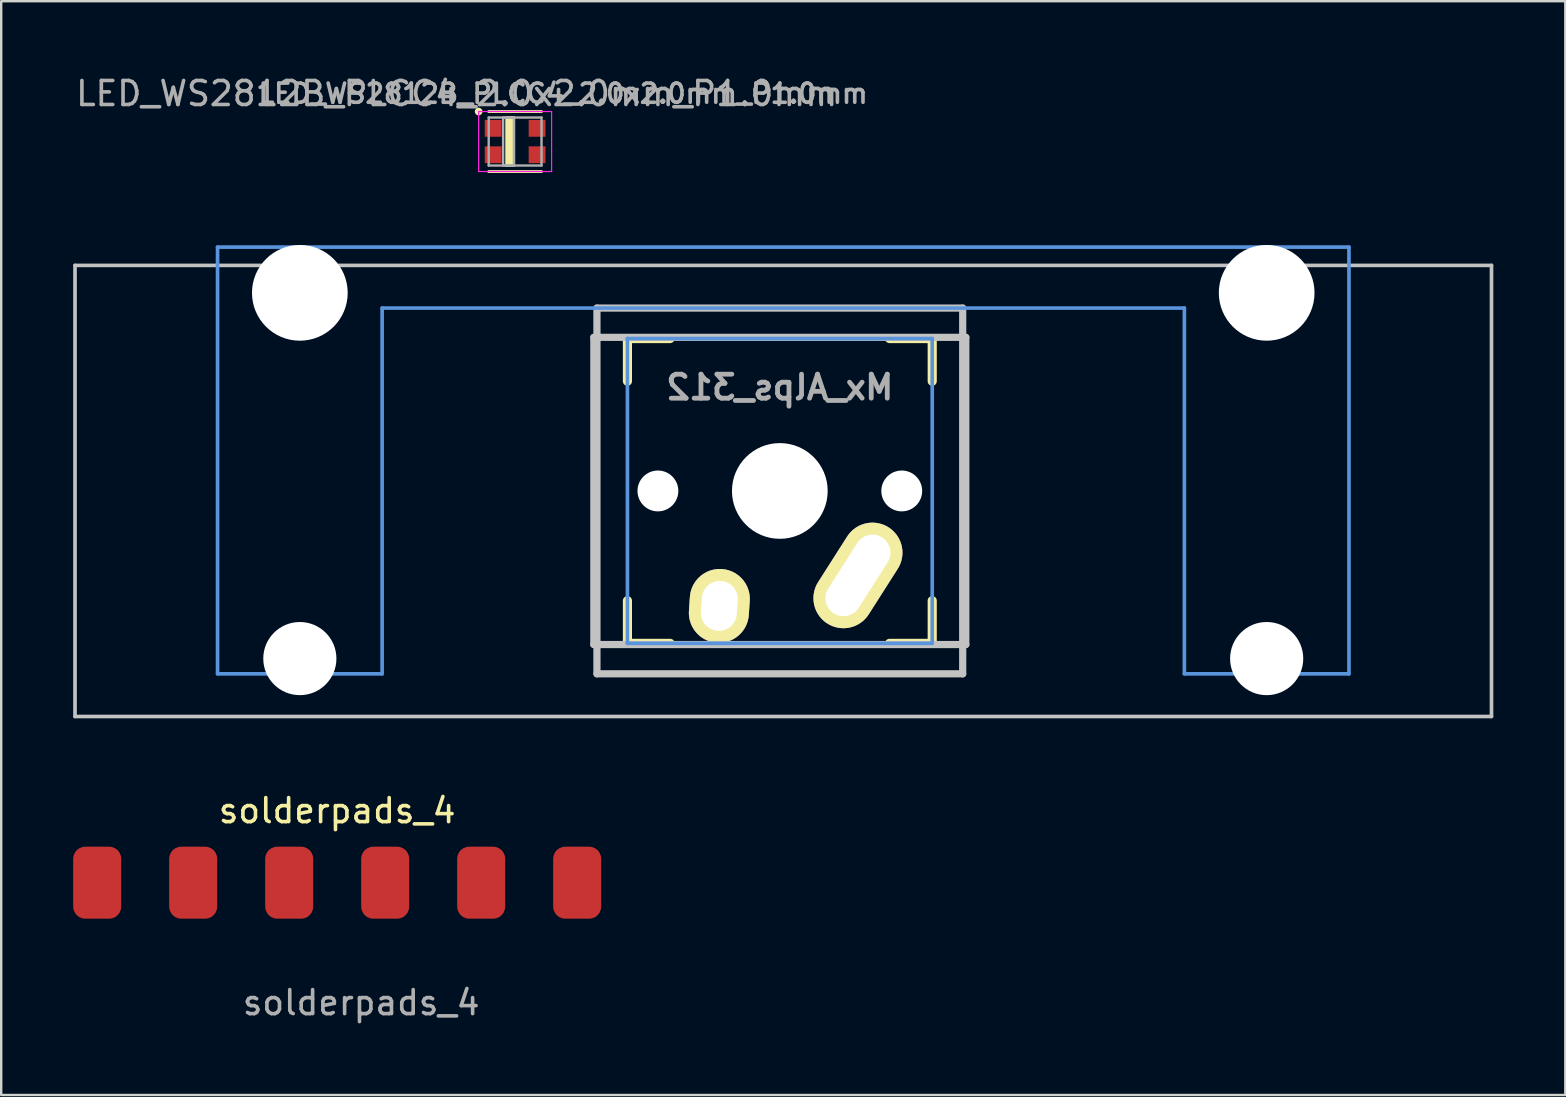
<source format=kicad_pcb>
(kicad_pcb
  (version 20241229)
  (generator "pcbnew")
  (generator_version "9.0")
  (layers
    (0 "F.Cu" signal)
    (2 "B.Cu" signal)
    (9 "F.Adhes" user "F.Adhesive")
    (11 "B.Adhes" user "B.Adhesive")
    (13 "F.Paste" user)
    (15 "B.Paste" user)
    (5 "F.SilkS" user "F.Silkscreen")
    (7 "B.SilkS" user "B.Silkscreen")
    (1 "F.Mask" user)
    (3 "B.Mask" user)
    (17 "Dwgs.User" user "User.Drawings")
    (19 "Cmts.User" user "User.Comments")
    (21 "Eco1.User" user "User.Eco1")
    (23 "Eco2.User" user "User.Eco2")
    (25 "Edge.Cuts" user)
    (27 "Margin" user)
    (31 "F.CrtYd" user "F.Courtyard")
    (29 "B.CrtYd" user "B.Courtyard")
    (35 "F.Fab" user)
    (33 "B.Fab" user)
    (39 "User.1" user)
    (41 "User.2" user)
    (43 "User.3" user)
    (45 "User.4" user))
  (footprint "LED_WS2812B_PLCC4_2.0x2.0mm_P1.0mm"
    (layer "F.Cu")
    (at 18.414 2.848)
    (property "Reference" "LED_WS2812B_PLCC4_2.0x2.0mm_P1.0mm" (at -2.432 -2 0) (layer "F.Fab") (effects (font (size 1 1) (thickness 0.15))))
    (attr smd)
    (fp_line (start -1.1 -1.25) (end 1.1 -1.25) (stroke (width 0.12) (type solid)) (layer "F.SilkS"))
    (fp_line (start -1.1 1.25) (end 1.1 1.25) (stroke (width 0.12) (type solid)) (layer "F.SilkS"))
    (fp_rect (start -0.35 -1) (end -0.06 1) (stroke (width 0.12) (type solid)) (fill yes) (layer "F.SilkS"))
    (fp_circle (center -1.52 -1.25) (end -1.42 -1.25) (stroke (width 0.12) (type solid)) (fill yes) (layer "F.SilkS"))
    (fp_line (start -1.52 -1.25) (end -1.52 1.25) (stroke (width 0.05) (type solid)) (layer "F.CrtYd"))
    (fp_line (start -1.52 1.25) (end 1.52 1.25) (stroke (width 0.05) (type solid)) (layer "F.CrtYd"))
    (fp_line (start 1.52 -1.25) (end -1.52 -1.25) (stroke (width 0.05) (type solid)) (layer "F.CrtYd"))
    (fp_line (start 1.52 1.25) (end 1.52 -1.25) (stroke (width 0.05) (type solid)) (layer "F.CrtYd"))
    (fp_line (start -1.1 -1) (end -1.1 1) (stroke (width 0.1) (type solid)) (layer "F.Fab"))
    (fp_line (start -1.1 1) (end 1.1 1) (stroke (width 0.1) (type solid)) (layer "F.Fab"))
    (fp_line (start 1.1 -1) (end -1.1 -1) (stroke (width 0.1) (type solid)) (layer "F.Fab"))
    (fp_line (start 1.1 1) (end 1.1 -1) (stroke (width 0.1) (type solid)) (layer "F.Fab"))
    (fp_rect (start -0.5 -1) (end -0.05 1) (stroke (width 0.1) (type solid)) (fill no) (layer "F.Fab"))
    (fp_text user "${REFERENCE}" (at 2 -2 0) (layer "F.Fab") (effects (font (size 0.8 0.8) (thickness 0.15))))
    (pad "1" smd rect (at -0.915 0.55) (size 0.7 0.7) (layers "F.Cu" "F.Mask" "F.Paste"))
    (pad "2" smd rect (at 0.915 0.55) (size 0.7 0.7) (layers "F.Cu" "F.Mask" "F.Paste"))
    (pad "3" smd rect (at 0.915 -0.55) (size 0.7 0.7) (layers "F.Cu" "F.Mask" "F.Paste"))
    (pad "4" smd rect (at -0.915 -0.55) (size 0.7 0.7) (layers "F.Cu" "F.Mask" "F.Paste")))
  (footprint "Mx_Alps_312"
    (layer "F.Cu")
    (at 29.444 13.419)
    (property "Reference" "Mx_Alps_312" (at 0 -0.33 180) (layer "F.Fab") (effects (font (size 1 1) (thickness 0.2)) (justify mirror)))
    (attr through_hole)
    (fp_line (start -6.35 -2.362) (end -4.572 -2.362) (stroke (width 0.381) (type solid)) (layer "F.SilkS"))
    (fp_line (start -6.35 -0.584) (end -6.35 -2.362) (stroke (width 0.381) (type solid)) (layer "F.SilkS"))
    (fp_line (start -6.35 10.338) (end -6.35 8.56) (stroke (width 0.381) (type solid)) (layer "F.SilkS"))
    (fp_line (start -4.572 10.338) (end -6.35 10.338) (stroke (width 0.381) (type solid)) (layer "F.SilkS"))
    (fp_line (start 4.572 -2.362) (end 6.35 -2.362) (stroke (width 0.381) (type solid)) (layer "F.SilkS"))
    (fp_line (start 6.35 -2.362) (end 6.35 -0.584) (stroke (width 0.381) (type solid)) (layer "F.SilkS"))
    (fp_line (start 6.35 8.56) (end 6.35 10.338) (stroke (width 0.381) (type solid)) (layer "F.SilkS"))
    (fp_line (start 6.35 10.338) (end 4.572 10.338) (stroke (width 0.381) (type solid)) (layer "F.SilkS"))
    (fp_line (start -29.368 -5.41) (end 29.654 -5.41) (stroke (width 0.152) (type solid)) (layer "Dwgs.User"))
    (fp_line (start -29.368 13.386) (end -29.368 -5.41) (stroke (width 0.152) (type solid)) (layer "Dwgs.User"))
    (fp_line (start -7.75 -2.412) (end -7.75 10.388) (stroke (width 0.3) (type solid)) (layer "Dwgs.User"))
    (fp_line (start -7.75 10.388) (end 7.75 10.388) (stroke (width 0.3) (type solid)) (layer "Dwgs.User"))
    (fp_line (start -7.62 -3.632) (end 7.62 -3.632) (stroke (width 0.3) (type solid)) (layer "Dwgs.User"))
    (fp_line (start -7.62 11.608) (end -7.62 -3.632) (stroke (width 0.3) (type solid)) (layer "Dwgs.User"))
    (fp_line (start 7.62 -3.632) (end 7.62 11.608) (stroke (width 0.3) (type solid)) (layer "Dwgs.User"))
    (fp_line (start 7.62 11.608) (end -7.62 11.608) (stroke (width 0.3) (type solid)) (layer "Dwgs.User"))
    (fp_line (start 7.75 -2.412) (end -7.75 -2.412) (stroke (width 0.3) (type solid)) (layer "Dwgs.User"))
    (fp_line (start 7.75 -2.412) (end 7.75 10.388) (stroke (width 0.3) (type solid)) (layer "Dwgs.User"))
    (fp_line (start 29.654 -5.41) (end 29.654 13.386) (stroke (width 0.152) (type solid)) (layer "Dwgs.User"))
    (fp_line (start 29.654 13.386) (end -29.368 13.386) (stroke (width 0.152) (type solid)) (layer "Dwgs.User"))
    (fp_line (start -23.429 -6.172) (end -23.429 11.608) (stroke (width 0.152) (type solid)) (layer "Cmts.User"))
    (fp_line (start -23.429 11.608) (end -16.571 11.608) (stroke (width 0.152) (type solid)) (layer "Cmts.User"))
    (fp_line (start -16.571 -3.632) (end 16.857 -3.632) (stroke (width 0.152) (type solid)) (layer "Cmts.User"))
    (fp_line (start -16.571 11.608) (end -16.571 -3.632) (stroke (width 0.152) (type solid)) (layer "Cmts.User"))
    (fp_line (start -6.35 -2.362) (end 6.35 -2.362) (stroke (width 0.152) (type solid)) (layer "Cmts.User"))
    (fp_line (start -6.35 10.338) (end -6.35 -2.362) (stroke (width 0.152) (type solid)) (layer "Cmts.User"))
    (fp_line (start 6.35 -2.362) (end 6.35 10.338) (stroke (width 0.152) (type solid)) (layer "Cmts.User"))
    (fp_line (start 6.35 10.338) (end -6.35 10.338) (stroke (width 0.152) (type solid)) (layer "Cmts.User"))
    (fp_line (start 16.857 -3.632) (end 16.857 11.608) (stroke (width 0.152) (type solid)) (layer "Cmts.User"))
    (fp_line (start 16.857 11.608) (end 23.715 11.608) (stroke (width 0.152) (type solid)) (layer "Cmts.User"))
    (fp_line (start 23.715 -6.172) (end -23.429 -6.172) (stroke (width 0.152) (type solid)) (layer "Cmts.User"))
    (fp_line (start 23.715 11.608) (end 23.715 -6.172) (stroke (width 0.152) (type solid)) (layer "Cmts.User"))
    (fp_line (start -24.191 3.48) (end -23.327 3.48) (stroke (width 0.152) (type solid)) (layer "Eco2.User"))
    (fp_line (start -24.191 6.274) (end -24.191 3.48) (stroke (width 0.152) (type solid)) (layer "Eco2.User"))
    (fp_line (start -23.327 -2.616) (end -22.286 -2.616) (stroke (width 0.152) (type solid)) (layer "Eco2.User"))
    (fp_line (start -23.327 3.48) (end -23.327 -2.616) (stroke (width 0.152) (type solid)) (layer "Eco2.User"))
    (fp_line (start -23.327 6.274) (end -24.191 6.274) (stroke (width 0.152) (type solid)) (layer "Eco2.User"))
    (fp_line (start -23.327 9.677) (end -23.327 6.274) (stroke (width 0.152) (type solid)) (layer "Eco2.User"))
    (fp_line (start -22.286 -3.785) (end -17.714 -3.785) (stroke (width 0.152) (type solid)) (layer "Eco2.User"))
    (fp_line (start -22.286 -2.616) (end -22.286 -3.785) (stroke (width 0.152) (type solid)) (layer "Eco2.User"))
    (fp_line (start -17.714 -3.785) (end -17.714 -2.616) (stroke (width 0.152) (type solid)) (layer "Eco2.User"))
    (fp_line (start -17.714 -2.616) (end -16.673 -2.616) (stroke (width 0.152) (type solid)) (layer "Eco2.User"))
    (fp_line (start -16.673 -2.616) (end -16.673 1.702) (stroke (width 0.152) (type solid)) (layer "Eco2.User"))
    (fp_line (start -16.673 1.702) (end -6.985 1.702) (stroke (width 0.152) (type solid)) (layer "Eco2.User"))
    (fp_line (start -16.673 6.274) (end -16.673 9.677) (stroke (width 0.152) (type solid)) (layer "Eco2.User"))
    (fp_line (start -16.673 9.677) (end -23.327 9.677) (stroke (width 0.152) (type solid)) (layer "Eco2.User"))
    (fp_line (start -6.985 -2.997) (end 6.985 -2.997) (stroke (width 0.152) (type solid)) (layer "Eco2.User"))
    (fp_line (start -6.985 1.702) (end -6.985 -2.997) (stroke (width 0.152) (type solid)) (layer "Eco2.User"))
    (fp_line (start -6.985 6.274) (end -16.673 6.274) (stroke (width 0.152) (type solid)) (layer "Eco2.User"))
    (fp_line (start -6.985 10.973) (end -6.985 6.274) (stroke (width 0.152) (type solid)) (layer "Eco2.User"))
    (fp_line (start 6.985 -2.997) (end 6.985 1.702) (stroke (width 0.152) (type solid)) (layer "Eco2.User"))
    (fp_line (start 6.985 1.702) (end 16.959 1.702) (stroke (width 0.152) (type solid)) (layer "Eco2.User"))
    (fp_line (start 6.985 6.274) (end 6.985 10.973) (stroke (width 0.152) (type solid)) (layer "Eco2.User"))
    (fp_line (start 6.985 10.973) (end -6.985 10.973) (stroke (width 0.152) (type solid)) (layer "Eco2.User"))
    (fp_line (start 16.959 -2.616) (end 18 -2.616) (stroke (width 0.152) (type solid)) (layer "Eco2.User"))
    (fp_line (start 16.959 1.702) (end 16.959 -2.616) (stroke (width 0.152) (type solid)) (layer "Eco2.User"))
    (fp_line (start 16.959 6.274) (end 6.985 6.274) (stroke (width 0.152) (type solid)) (layer "Eco2.User"))
    (fp_line (start 16.959 9.677) (end 16.959 6.274) (stroke (width 0.152) (type solid)) (layer "Eco2.User"))
    (fp_line (start 18 -3.785) (end 22.572 -3.785) (stroke (width 0.152) (type solid)) (layer "Eco2.User"))
    (fp_line (start 18 -2.616) (end 18 -3.785) (stroke (width 0.152) (type solid)) (layer "Eco2.User"))
    (fp_line (start 22.572 -3.785) (end 22.572 -2.616) (stroke (width 0.152) (type solid)) (layer "Eco2.User"))
    (fp_line (start 22.572 -2.616) (end 23.613 -2.616) (stroke (width 0.152) (type solid)) (layer "Eco2.User"))
    (fp_line (start 23.613 -2.616) (end 23.613 3.48) (stroke (width 0.152) (type solid)) (layer "Eco2.User"))
    (fp_line (start 23.613 3.48) (end 24.477 3.48) (stroke (width 0.152) (type solid)) (layer "Eco2.User"))
    (fp_line (start 23.613 6.274) (end 23.613 9.677) (stroke (width 0.152) (type solid)) (layer "Eco2.User"))
    (fp_line (start 23.613 9.677) (end 16.959 9.677) (stroke (width 0.152) (type solid)) (layer "Eco2.User"))
    (fp_line (start 24.477 3.48) (end 24.477 6.274) (stroke (width 0.152) (type solid)) (layer "Eco2.User"))
    (fp_line (start 24.477 6.274) (end 23.613 6.274) (stroke (width 0.152) (type solid)) (layer "Eco2.User"))
    (pad "" np_thru_hole circle (at -20 -4.267 180) (size 3.988 3.988) (drill 3.988) (layers "*.Cu" "*.Mask"))
    (pad "" np_thru_hole circle (at -20 10.973 180) (size 3.048 3.048) (drill 3.048) (layers "*.Cu" "*.Mask"))
    (pad "" np_thru_hole circle (at -5.08 3.988 180) (size 1.702 1.702) (drill 1.702) (layers "*.Cu" "*.Mask"))
    (pad "" np_thru_hole circle (at 0 3.988 180) (size 3.988 3.988) (drill 3.988) (layers "*.Cu" "*.Mask"))
    (pad "" np_thru_hole circle (at 5.08 3.988 180) (size 1.702 1.702) (drill 1.702) (layers "*.Cu" "*.Mask"))
    (pad "" np_thru_hole circle (at 20.286 -4.267 180) (size 3.988 3.988) (drill 3.988) (layers "*.Cu" "*.Mask"))
    (pad "" np_thru_hole circle (at 20.286 10.973 180) (size 3.048 3.048) (drill 3.048) (layers "*.Cu" "*.Mask"))
    (pad "1" thru_hole oval (at 3.255 7.508 147.5) (size 2.5 4.75) (drill oval 1.5 3.75) (layers "*.Cu" "*.Mask" "F.SilkS"))
    (pad "2" thru_hole oval (at -2.52 8.778 176.1) (size 2.5 3.08) (drill oval 1.5 2.08) (layers "*.Cu" "*.Mask" "F.SilkS")))
  (footprint "solderpads_4"
    (layer "F.Cu")
    (at 11 35.73)
    (property "Reference" "solderpads_4" (at 0 -5 0) (unlocked yes) (layer "F.SilkS") (effects (font (size 1 1) (thickness 0.15))))
    (attr smd)
    (fp_text user "${REFERENCE}" (at 1 3 0) (unlocked yes) (layer "F.Fab") (effects (font (size 1 1) (thickness 0.15))))
    (pad "1" smd roundrect (at -10 -2) (size 2 3) (layers "F.Cu" "F.Mask" "F.Paste") (roundrect_rratio 0.25))
    (pad "2" smd roundrect (at -6 -2) (size 2 3) (layers "F.Cu" "F.Mask" "F.Paste") (roundrect_rratio 0.25))
    (pad "3" smd roundrect (at -2 -2) (size 2 3) (layers "F.Cu" "F.Mask" "F.Paste") (roundrect_rratio 0.25))
    (pad "4" smd roundrect (at 2 -2) (size 2 3) (layers "F.Cu" "F.Mask" "F.Paste") (roundrect_rratio 0.25))
    (pad "5" smd roundrect (at 6 -2) (size 2 3) (layers "F.Cu" "F.Mask" "F.Paste") (roundrect_rratio 0.25))
    (pad "6" smd roundrect (at 10 -2) (size 2 3) (layers "F.Cu" "F.Mask" "F.Paste") (roundrect_rratio 0.25)))
  (gr_rect
    (start -3 -3)
    (end 62.173 42.578)
    (stroke (width 0.1) (type default))
    (fill no)
    (layer "Edge.Cuts")))
</source>
